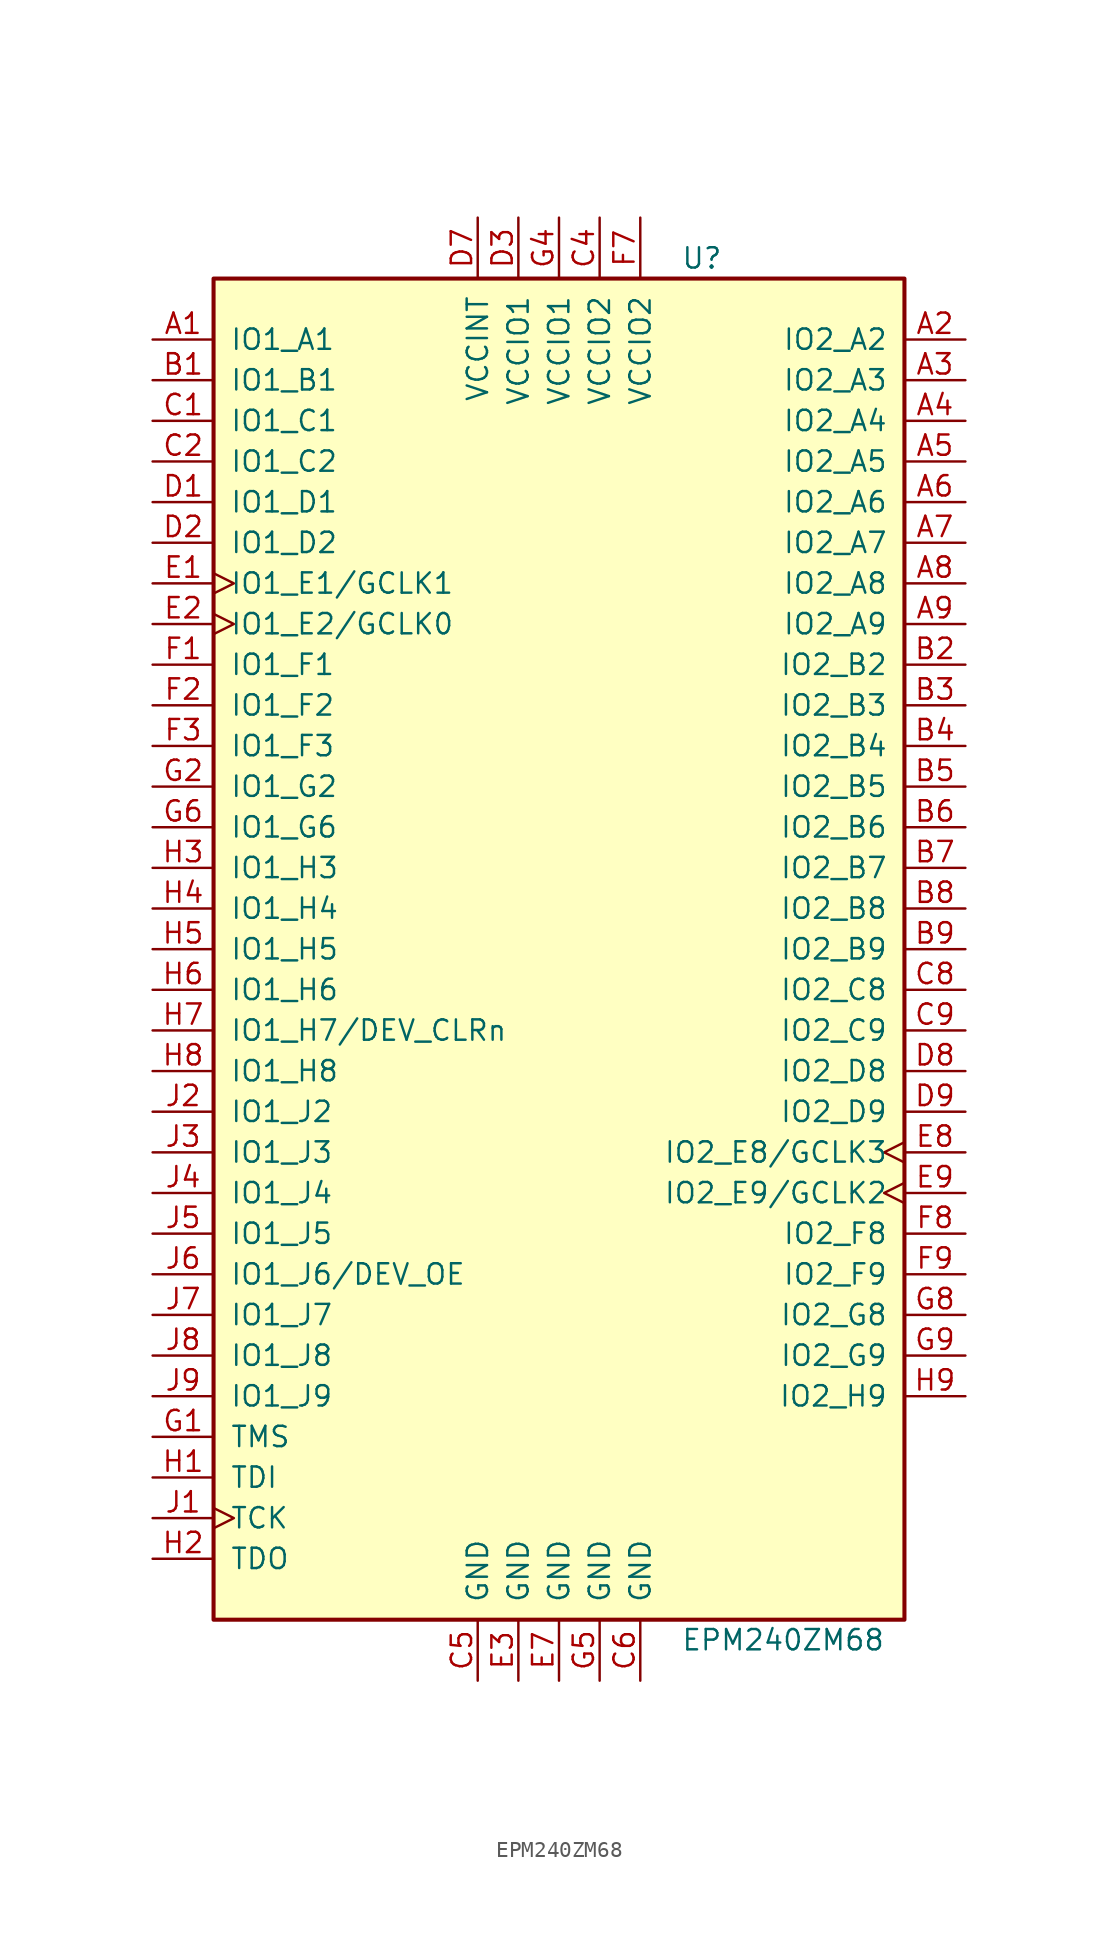
<source format=kicad_sym>
(kicad_symbol_lib
  (version 20201005)
  (generator kicad_symbol_editor)
  (symbol "EPM240ZM68"
    (pin_names
      (offset 1.016))
    (property "Reference" "U"
      (at 7.62 43.18 0)
      (effects (font (size 1.27 1.27)) (justify left)))
    (property "Value" "EPM240ZM68"
      (at 7.62 -43.18 0)
      (effects (font (size 1.27 1.27)) (justify left)))
    (property "ki_locked" ""
      (at 0 0 0)
      (effects (font (size 1.27 1.27))))
    (symbol "EPM240ZM68_1_1"
      (rectangle (start -21.59 41.91) (end 21.59 -41.91) (stroke (width 0.254)) (fill (type background)))
      (pin bidirectional line (at -25.4 38.1 0) (length 3.81) (name "IO1_A1" (effects (font (size 1.27 1.27)))) (number "A1" (effects (font (size 1.27 1.27)))))
      (pin bidirectional line (at 25.4 38.1 180) (length 3.81) (name "IO2_A2" (effects (font (size 1.27 1.27)))) (number "A2" (effects (font (size 1.27 1.27)))))
      (pin bidirectional line (at 25.4 35.56 180) (length 3.81) (name "IO2_A3" (effects (font (size 1.27 1.27)))) (number "A3" (effects (font (size 1.27 1.27)))))
      (pin bidirectional line (at 25.4 33.02 180) (length 3.81) (name "IO2_A4" (effects (font (size 1.27 1.27)))) (number "A4" (effects (font (size 1.27 1.27)))))
      (pin bidirectional line (at 25.4 30.48 180) (length 3.81) (name "IO2_A5" (effects (font (size 1.27 1.27)))) (number "A5" (effects (font (size 1.27 1.27)))))
      (pin bidirectional line (at 25.4 27.94 180) (length 3.81) (name "IO2_A6" (effects (font (size 1.27 1.27)))) (number "A6" (effects (font (size 1.27 1.27)))))
      (pin bidirectional line (at 25.4 25.4 180) (length 3.81) (name "IO2_A7" (effects (font (size 1.27 1.27)))) (number "A7" (effects (font (size 1.27 1.27)))))
      (pin bidirectional line (at 25.4 22.86 180) (length 3.81) (name "IO2_A8" (effects (font (size 1.27 1.27)))) (number "A8" (effects (font (size 1.27 1.27)))))
      (pin bidirectional line (at 25.4 20.32 180) (length 3.81) (name "IO2_A9" (effects (font (size 1.27 1.27)))) (number "A9" (effects (font (size 1.27 1.27)))))
      (pin bidirectional line (at -25.4 35.56 0) (length 3.81) (name "IO1_B1" (effects (font (size 1.27 1.27)))) (number "B1" (effects (font (size 1.27 1.27)))))
      (pin bidirectional line (at 25.4 17.78 180) (length 3.81) (name "IO2_B2" (effects (font (size 1.27 1.27)))) (number "B2" (effects (font (size 1.27 1.27)))))
      (pin bidirectional line (at 25.4 15.24 180) (length 3.81) (name "IO2_B3" (effects (font (size 1.27 1.27)))) (number "B3" (effects (font (size 1.27 1.27)))))
      (pin bidirectional line (at 25.4 12.7 180) (length 3.81) (name "IO2_B4" (effects (font (size 1.27 1.27)))) (number "B4" (effects (font (size 1.27 1.27)))))
      (pin bidirectional line (at 25.4 10.16 180) (length 3.81) (name "IO2_B5" (effects (font (size 1.27 1.27)))) (number "B5" (effects (font (size 1.27 1.27)))))
      (pin bidirectional line (at 25.4 7.62 180) (length 3.81) (name "IO2_B6" (effects (font (size 1.27 1.27)))) (number "B6" (effects (font (size 1.27 1.27)))))
      (pin bidirectional line (at 25.4 5.08 180) (length 3.81) (name "IO2_B7" (effects (font (size 1.27 1.27)))) (number "B7" (effects (font (size 1.27 1.27)))))
      (pin bidirectional line (at 25.4 2.54 180) (length 3.81) (name "IO2_B8" (effects (font (size 1.27 1.27)))) (number "B8" (effects (font (size 1.27 1.27)))))
      (pin bidirectional line (at 25.4 0 180) (length 3.81) (name "IO2_B9" (effects (font (size 1.27 1.27)))) (number "B9" (effects (font (size 1.27 1.27)))))
      (pin bidirectional line (at -25.4 33.02 0) (length 3.81) (name "IO1_C1" (effects (font (size 1.27 1.27)))) (number "C1" (effects (font (size 1.27 1.27)))))
      (pin bidirectional line (at -25.4 30.48 0) (length 3.81) (name "IO1_C2" (effects (font (size 1.27 1.27)))) (number "C2" (effects (font (size 1.27 1.27)))))
      (pin power_in line (at 2.54 45.72 270) (length 3.81) (name "VCCIO2" (effects (font (size 1.27 1.27)))) (number "C4" (effects (font (size 1.27 1.27)))))
      (pin power_in line (at -5.08 -45.72 90) (length 3.81) (name "GND" (effects (font (size 1.27 1.27)))) (number "C5" (effects (font (size 1.27 1.27)))))
      (pin power_in line (at 5.08 -45.72 90) (length 3.81) (name "GND" (effects (font (size 1.27 1.27)))) (number "C6" (effects (font (size 1.27 1.27)))))
      (pin bidirectional line (at 25.4 -2.54 180) (length 3.81) (name "IO2_C8" (effects (font (size 1.27 1.27)))) (number "C8" (effects (font (size 1.27 1.27)))))
      (pin bidirectional line (at 25.4 -5.08 180) (length 3.81) (name "IO2_C9" (effects (font (size 1.27 1.27)))) (number "C9" (effects (font (size 1.27 1.27)))))
      (pin bidirectional line (at -25.4 27.94 0) (length 3.81) (name "IO1_D1" (effects (font (size 1.27 1.27)))) (number "D1" (effects (font (size 1.27 1.27)))))
      (pin bidirectional line (at -25.4 25.4 0) (length 3.81) (name "IO1_D2" (effects (font (size 1.27 1.27)))) (number "D2" (effects (font (size 1.27 1.27)))))
      (pin power_in line (at -2.54 45.72 270) (length 3.81) (name "VCCIO1" (effects (font (size 1.27 1.27)))) (number "D3" (effects (font (size 1.27 1.27)))))
      (pin power_in line (at -5.08 45.72 270) (length 3.81) (name "VCCINT" (effects (font (size 1.27 1.27)))) (number "D7" (effects (font (size 1.27 1.27)))))
      (pin bidirectional line (at 25.4 -7.62 180) (length 3.81) (name "IO2_D8" (effects (font (size 1.27 1.27)))) (number "D8" (effects (font (size 1.27 1.27)))))
      (pin bidirectional line (at 25.4 -10.16 180) (length 3.81) (name "IO2_D9" (effects (font (size 1.27 1.27)))) (number "D9" (effects (font (size 1.27 1.27)))))
      (pin bidirectional clock (at -25.4 22.86 0) (length 3.81) (name "IO1_E1/GCLK1" (effects (font (size 1.27 1.27)))) (number "E1" (effects (font (size 1.27 1.27)))))
      (pin bidirectional clock (at -25.4 20.32 0) (length 3.81) (name "IO1_E2/GCLK0" (effects (font (size 1.27 1.27)))) (number "E2" (effects (font (size 1.27 1.27)))))
      (pin power_in line (at -2.54 -45.72 90) (length 3.81) (name "GND" (effects (font (size 1.27 1.27)))) (number "E3" (effects (font (size 1.27 1.27)))))
      (pin power_in line (at 0 -45.72 90) (length 3.81) (name "GND" (effects (font (size 1.27 1.27)))) (number "E7" (effects (font (size 1.27 1.27)))))
      (pin bidirectional clock (at 25.4 -12.7 180) (length 3.81) (name "IO2_E8/GCLK3" (effects (font (size 1.27 1.27)))) (number "E8" (effects (font (size 1.27 1.27)))))
      (pin bidirectional clock (at 25.4 -15.24 180) (length 3.81) (name "IO2_E9/GCLK2" (effects (font (size 1.27 1.27)))) (number "E9" (effects (font (size 1.27 1.27)))))
      (pin bidirectional line (at -25.4 17.78 0) (length 3.81) (name "IO1_F1" (effects (font (size 1.27 1.27)))) (number "F1" (effects (font (size 1.27 1.27)))))
      (pin bidirectional line (at -25.4 15.24 0) (length 3.81) (name "IO1_F2" (effects (font (size 1.27 1.27)))) (number "F2" (effects (font (size 1.27 1.27)))))
      (pin bidirectional line (at -25.4 12.7 0) (length 3.81) (name "IO1_F3" (effects (font (size 1.27 1.27)))) (number "F3" (effects (font (size 1.27 1.27)))))
      (pin power_in line (at 5.08 45.72 270) (length 3.81) (name "VCCIO2" (effects (font (size 1.27 1.27)))) (number "F7" (effects (font (size 1.27 1.27)))))
      (pin bidirectional line (at 25.4 -17.78 180) (length 3.81) (name "IO2_F8" (effects (font (size 1.27 1.27)))) (number "F8" (effects (font (size 1.27 1.27)))))
      (pin bidirectional line (at 25.4 -20.32 180) (length 3.81) (name "IO2_F9" (effects (font (size 1.27 1.27)))) (number "F9" (effects (font (size 1.27 1.27)))))
      (pin input line (at -25.4 -30.48 0) (length 3.81) (name "TMS" (effects (font (size 1.27 1.27)))) (number "G1" (effects (font (size 1.27 1.27)))))
      (pin bidirectional line (at -25.4 10.16 0) (length 3.81) (name "IO1_G2" (effects (font (size 1.27 1.27)))) (number "G2" (effects (font (size 1.27 1.27)))))
      (pin power_in line (at 0 45.72 270) (length 3.81) (name "VCCIO1" (effects (font (size 1.27 1.27)))) (number "G4" (effects (font (size 1.27 1.27)))))
      (pin power_in line (at 2.54 -45.72 90) (length 3.81) (name "GND" (effects (font (size 1.27 1.27)))) (number "G5" (effects (font (size 1.27 1.27)))))
      (pin bidirectional line (at -25.4 7.62 0) (length 3.81) (name "IO1_G6" (effects (font (size 1.27 1.27)))) (number "G6" (effects (font (size 1.27 1.27)))))
      (pin bidirectional line (at 25.4 -22.86 180) (length 3.81) (name "IO2_G8" (effects (font (size 1.27 1.27)))) (number "G8" (effects (font (size 1.27 1.27)))))
      (pin bidirectional line (at 25.4 -25.4 180) (length 3.81) (name "IO2_G9" (effects (font (size 1.27 1.27)))) (number "G9" (effects (font (size 1.27 1.27)))))
      (pin input line (at -25.4 -33.02 0) (length 3.81) (name "TDI" (effects (font (size 1.27 1.27)))) (number "H1" (effects (font (size 1.27 1.27)))))
      (pin output line (at -25.4 -38.1 0) (length 3.81) (name "TDO" (effects (font (size 1.27 1.27)))) (number "H2" (effects (font (size 1.27 1.27)))))
      (pin bidirectional line (at -25.4 5.08 0) (length 3.81) (name "IO1_H3" (effects (font (size 1.27 1.27)))) (number "H3" (effects (font (size 1.27 1.27)))))
      (pin bidirectional line (at -25.4 2.54 0) (length 3.81) (name "IO1_H4" (effects (font (size 1.27 1.27)))) (number "H4" (effects (font (size 1.27 1.27)))))
      (pin bidirectional line (at -25.4 0 0) (length 3.81) (name "IO1_H5" (effects (font (size 1.27 1.27)))) (number "H5" (effects (font (size 1.27 1.27)))))
      (pin bidirectional line (at -25.4 -2.54 0) (length 3.81) (name "IO1_H6" (effects (font (size 1.27 1.27)))) (number "H6" (effects (font (size 1.27 1.27)))))
      (pin bidirectional line (at -25.4 -5.08 0) (length 3.81) (name "IO1_H7/DEV_CLRn" (effects (font (size 1.27 1.27)))) (number "H7" (effects (font (size 1.27 1.27)))))
      (pin bidirectional line (at -25.4 -7.62 0) (length 3.81) (name "IO1_H8" (effects (font (size 1.27 1.27)))) (number "H8" (effects (font (size 1.27 1.27)))))
      (pin bidirectional line (at 25.4 -27.94 180) (length 3.81) (name "IO2_H9" (effects (font (size 1.27 1.27)))) (number "H9" (effects (font (size 1.27 1.27)))))
      (pin input clock (at -25.4 -35.56 0) (length 3.81) (name "TCK" (effects (font (size 1.27 1.27)))) (number "J1" (effects (font (size 1.27 1.27)))))
      (pin bidirectional line (at -25.4 -10.16 0) (length 3.81) (name "IO1_J2" (effects (font (size 1.27 1.27)))) (number "J2" (effects (font (size 1.27 1.27)))))
      (pin bidirectional line (at -25.4 -12.7 0) (length 3.81) (name "IO1_J3" (effects (font (size 1.27 1.27)))) (number "J3" (effects (font (size 1.27 1.27)))))
      (pin bidirectional line (at -25.4 -15.24 0) (length 3.81) (name "IO1_J4" (effects (font (size 1.27 1.27)))) (number "J4" (effects (font (size 1.27 1.27)))))
      (pin bidirectional line (at -25.4 -17.78 0) (length 3.81) (name "IO1_J5" (effects (font (size 1.27 1.27)))) (number "J5" (effects (font (size 1.27 1.27)))))
      (pin bidirectional line (at -25.4 -20.32 0) (length 3.81) (name "IO1_J6/DEV_OE" (effects (font (size 1.27 1.27)))) (number "J6" (effects (font (size 1.27 1.27)))))
      (pin bidirectional line (at -25.4 -22.86 0) (length 3.81) (name "IO1_J7" (effects (font (size 1.27 1.27)))) (number "J7" (effects (font (size 1.27 1.27)))))
      (pin bidirectional line (at -25.4 -25.4 0) (length 3.81) (name "IO1_J8" (effects (font (size 1.27 1.27)))) (number "J8" (effects (font (size 1.27 1.27)))))
      (pin bidirectional line (at -25.4 -27.94 0) (length 3.81) (name "IO1_J9" (effects (font (size 1.27 1.27)))) (number "J9" (effects (font (size 1.27 1.27))))))))
</source>
